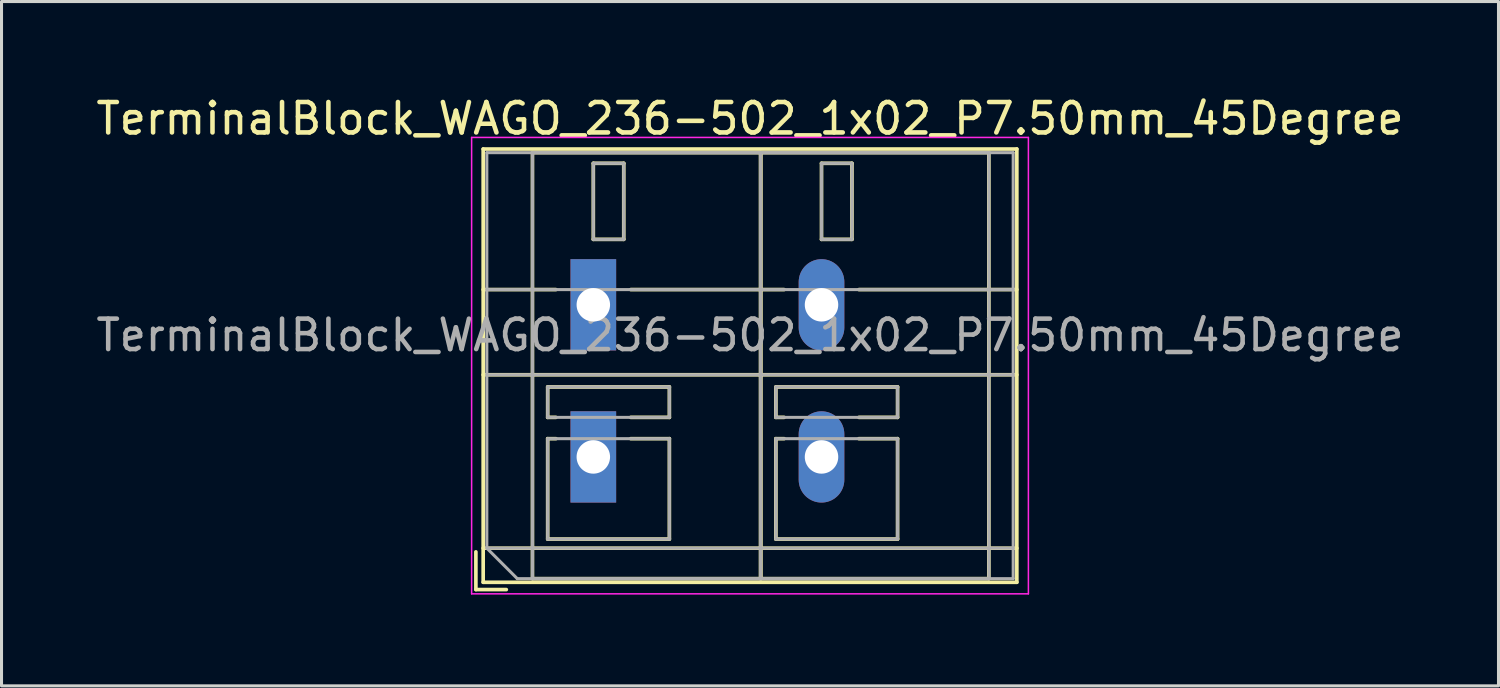
<source format=kicad_pcb>
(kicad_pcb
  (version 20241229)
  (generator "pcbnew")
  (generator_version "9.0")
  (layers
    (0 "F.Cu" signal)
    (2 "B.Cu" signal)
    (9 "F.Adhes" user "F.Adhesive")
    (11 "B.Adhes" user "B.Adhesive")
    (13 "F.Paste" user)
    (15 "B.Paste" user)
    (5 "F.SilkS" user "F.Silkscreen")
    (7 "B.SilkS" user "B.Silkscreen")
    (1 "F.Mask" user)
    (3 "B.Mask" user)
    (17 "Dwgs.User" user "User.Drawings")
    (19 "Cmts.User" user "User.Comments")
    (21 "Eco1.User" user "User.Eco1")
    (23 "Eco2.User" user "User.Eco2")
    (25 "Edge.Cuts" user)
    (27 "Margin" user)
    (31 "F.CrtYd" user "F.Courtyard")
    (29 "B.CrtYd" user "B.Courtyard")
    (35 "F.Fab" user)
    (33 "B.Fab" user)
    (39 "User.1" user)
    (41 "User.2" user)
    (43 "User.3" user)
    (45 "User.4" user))
  (footprint "TerminalBlock_WAGO_236-502_1x02_P7.50mm_45Degree"
    (layer "F.Cu")
    (at 16.451 6.968)
    (property "Reference" "TerminalBlock_WAGO_236-502_1x02_P7.50mm_45Degree" (at 5.15 -6.12 0) (layer "F.SilkS") (effects (font (size 1 1) (thickness 0.15))))
    (attr through_hole)
    (fp_line (start -3.86 8.12) (end -3.86 9.36) (stroke (width 0.12) (type solid)) (layer "F.SilkS"))
    (fp_line (start -3.86 9.36) (end -2.86 9.36) (stroke (width 0.12) (type solid)) (layer "F.SilkS"))
    (fp_line (start -3.62 -5.12) (end -3.62 9.12) (stroke (width 0.12) (type solid)) (layer "F.SilkS"))
    (fp_line (start -3.62 -5.12) (end 13.92 -5.12) (stroke (width 0.12) (type solid)) (layer "F.SilkS"))
    (fp_line (start -3.62 -0.5) (end -1.23 -0.5) (stroke (width 0.12) (type solid)) (layer "F.SilkS"))
    (fp_line (start -3.62 2.3) (end 13.92 2.3) (stroke (width 0.12) (type solid)) (layer "F.SilkS"))
    (fp_line (start -3.62 8) (end 13.92 8) (stroke (width 0.12) (type solid)) (layer "F.SilkS"))
    (fp_line (start -3.62 9.12) (end 13.92 9.12) (stroke (width 0.12) (type solid)) (layer "F.SilkS"))
    (fp_line (start -2 -5) (end -2 9) (stroke (width 0.12) (type solid)) (layer "F.SilkS"))
    (fp_line (start -2 -5) (end 5.5 -5) (stroke (width 0.12) (type solid)) (layer "F.SilkS"))
    (fp_line (start -2 9) (end 5.5 9) (stroke (width 0.12) (type solid)) (layer "F.SilkS"))
    (fp_line (start -1.5 2.7) (end -1.5 3.7) (stroke (width 0.12) (type solid)) (layer "F.SilkS"))
    (fp_line (start -1.5 2.7) (end 2.5 2.7) (stroke (width 0.12) (type solid)) (layer "F.SilkS"))
    (fp_line (start -1.5 3.7) (end -1.23 3.7) (stroke (width 0.12) (type solid)) (layer "F.SilkS"))
    (fp_line (start -1.5 4.4) (end -1.5 7.7) (stroke (width 0.12) (type solid)) (layer "F.SilkS"))
    (fp_line (start -1.5 4.4) (end -1.23 4.4) (stroke (width 0.12) (type solid)) (layer "F.SilkS"))
    (fp_line (start -1.5 7.7) (end 2.5 7.7) (stroke (width 0.12) (type solid)) (layer "F.SilkS"))
    (fp_line (start 0 -4.65) (end 0 -2.151) (stroke (width 0.12) (type solid)) (layer "F.SilkS"))
    (fp_line (start 0 -4.65) (end 1 -4.65) (stroke (width 0.12) (type solid)) (layer "F.SilkS"))
    (fp_line (start 0 -2.151) (end 1 -2.151) (stroke (width 0.12) (type solid)) (layer "F.SilkS"))
    (fp_line (start 1 -4.65) (end 1 -2.151) (stroke (width 0.12) (type solid)) (layer "F.SilkS"))
    (fp_line (start 1.23 -0.5) (end 6.27 -0.5) (stroke (width 0.12) (type solid)) (layer "F.SilkS"))
    (fp_line (start 1.23 3.7) (end 2.5 3.7) (stroke (width 0.12) (type solid)) (layer "F.SilkS"))
    (fp_line (start 1.23 4.4) (end 2.5 4.4) (stroke (width 0.12) (type solid)) (layer "F.SilkS"))
    (fp_line (start 2.5 2.7) (end 2.5 3.7) (stroke (width 0.12) (type solid)) (layer "F.SilkS"))
    (fp_line (start 2.5 4.4) (end 2.5 7.7) (stroke (width 0.12) (type solid)) (layer "F.SilkS"))
    (fp_line (start 5.5 -5) (end 5.5 9) (stroke (width 0.12) (type solid)) (layer "F.SilkS"))
    (fp_line (start 5.5 -5) (end 5.5 9) (stroke (width 0.12) (type solid)) (layer "F.SilkS"))
    (fp_line (start 5.5 -5) (end 13 -5) (stroke (width 0.12) (type solid)) (layer "F.SilkS"))
    (fp_line (start 5.5 9) (end 13 9) (stroke (width 0.12) (type solid)) (layer "F.SilkS"))
    (fp_line (start 6 2.7) (end 6 3.7) (stroke (width 0.12) (type solid)) (layer "F.SilkS"))
    (fp_line (start 6 2.7) (end 10 2.7) (stroke (width 0.12) (type solid)) (layer "F.SilkS"))
    (fp_line (start 6 3.7) (end 6.27 3.7) (stroke (width 0.12) (type solid)) (layer "F.SilkS"))
    (fp_line (start 6 4.4) (end 6 7.7) (stroke (width 0.12) (type solid)) (layer "F.SilkS"))
    (fp_line (start 6 4.4) (end 6.27 4.4) (stroke (width 0.12) (type solid)) (layer "F.SilkS"))
    (fp_line (start 6 7.7) (end 10 7.7) (stroke (width 0.12) (type solid)) (layer "F.SilkS"))
    (fp_line (start 7.5 -4.65) (end 7.5 -2.151) (stroke (width 0.12) (type solid)) (layer "F.SilkS"))
    (fp_line (start 7.5 -4.65) (end 8.5 -4.65) (stroke (width 0.12) (type solid)) (layer "F.SilkS"))
    (fp_line (start 7.5 -2.151) (end 8.5 -2.151) (stroke (width 0.12) (type solid)) (layer "F.SilkS"))
    (fp_line (start 8.5 -4.65) (end 8.5 -2.151) (stroke (width 0.12) (type solid)) (layer "F.SilkS"))
    (fp_line (start 8.73 -0.5) (end 13.92 -0.5) (stroke (width 0.12) (type solid)) (layer "F.SilkS"))
    (fp_line (start 8.73 3.7) (end 10 3.7) (stroke (width 0.12) (type solid)) (layer "F.SilkS"))
    (fp_line (start 8.73 4.4) (end 10 4.4) (stroke (width 0.12) (type solid)) (layer "F.SilkS"))
    (fp_line (start 10 2.7) (end 10 3.7) (stroke (width 0.12) (type solid)) (layer "F.SilkS"))
    (fp_line (start 10 4.4) (end 10 7.7) (stroke (width 0.12) (type solid)) (layer "F.SilkS"))
    (fp_line (start 13 -5) (end 13 9) (stroke (width 0.12) (type solid)) (layer "F.SilkS"))
    (fp_line (start 13.92 -5.12) (end 13.92 9.12) (stroke (width 0.12) (type solid)) (layer "F.SilkS"))
    (fp_line (start -4 -5.5) (end -4 9.5) (stroke (width 0.05) (type solid)) (layer "F.CrtYd"))
    (fp_line (start -4 9.5) (end 14.3 9.5) (stroke (width 0.05) (type solid)) (layer "F.CrtYd"))
    (fp_line (start 14.3 -5.5) (end -4 -5.5) (stroke (width 0.05) (type solid)) (layer "F.CrtYd"))
    (fp_line (start 14.3 9.5) (end 14.3 -5.5) (stroke (width 0.05) (type solid)) (layer "F.CrtYd"))
    (fp_line (start -3.5 -5) (end 13.8 -5) (stroke (width 0.1) (type solid)) (layer "F.Fab"))
    (fp_line (start -3.5 -0.5) (end 13.8 -0.5) (stroke (width 0.1) (type solid)) (layer "F.Fab"))
    (fp_line (start -3.5 2.3) (end 13.8 2.3) (stroke (width 0.1) (type solid)) (layer "F.Fab"))
    (fp_line (start -3.5 8) (end -3.5 -5) (stroke (width 0.1) (type solid)) (layer "F.Fab"))
    (fp_line (start -3.5 8) (end 13.8 8) (stroke (width 0.1) (type solid)) (layer "F.Fab"))
    (fp_line (start -2.5 9) (end -3.5 8) (stroke (width 0.1) (type solid)) (layer "F.Fab"))
    (fp_line (start -2 -5) (end -2 9) (stroke (width 0.1) (type solid)) (layer "F.Fab"))
    (fp_line (start -2 9) (end 5.5 9) (stroke (width 0.1) (type solid)) (layer "F.Fab"))
    (fp_line (start -1.5 2.7) (end -1.5 3.7) (stroke (width 0.1) (type solid)) (layer "F.Fab"))
    (fp_line (start -1.5 3.7) (end 2.5 3.7) (stroke (width 0.1) (type solid)) (layer "F.Fab"))
    (fp_line (start -1.5 4.4) (end -1.5 7.7) (stroke (width 0.1) (type solid)) (layer "F.Fab"))
    (fp_line (start -1.5 7.7) (end 2.5 7.7) (stroke (width 0.1) (type solid)) (layer "F.Fab"))
    (fp_line (start 0 -4.65) (end 0 -2.15) (stroke (width 0.1) (type solid)) (layer "F.Fab"))
    (fp_line (start 0 -2.15) (end 1 -2.15) (stroke (width 0.1) (type solid)) (layer "F.Fab"))
    (fp_line (start 1 -4.65) (end 0 -4.65) (stroke (width 0.1) (type solid)) (layer "F.Fab"))
    (fp_line (start 1 -2.15) (end 1 -4.65) (stroke (width 0.1) (type solid)) (layer "F.Fab"))
    (fp_line (start 2.5 2.7) (end -1.5 2.7) (stroke (width 0.1) (type solid)) (layer "F.Fab"))
    (fp_line (start 2.5 3.7) (end 2.5 2.7) (stroke (width 0.1) (type solid)) (layer "F.Fab"))
    (fp_line (start 2.5 4.4) (end -1.5 4.4) (stroke (width 0.1) (type solid)) (layer "F.Fab"))
    (fp_line (start 2.5 7.7) (end 2.5 4.4) (stroke (width 0.1) (type solid)) (layer "F.Fab"))
    (fp_line (start 5.5 -5) (end -2 -5) (stroke (width 0.1) (type solid)) (layer "F.Fab"))
    (fp_line (start 5.5 -5) (end 5.5 9) (stroke (width 0.1) (type solid)) (layer "F.Fab"))
    (fp_line (start 5.5 9) (end 5.5 -5) (stroke (width 0.1) (type solid)) (layer "F.Fab"))
    (fp_line (start 5.5 9) (end 13 9) (stroke (width 0.1) (type solid)) (layer "F.Fab"))
    (fp_line (start 6 2.7) (end 6 3.7) (stroke (width 0.1) (type solid)) (layer "F.Fab"))
    (fp_line (start 6 3.7) (end 10 3.7) (stroke (width 0.1) (type solid)) (layer "F.Fab"))
    (fp_line (start 6 4.4) (end 6 7.7) (stroke (width 0.1) (type solid)) (layer "F.Fab"))
    (fp_line (start 6 7.7) (end 10 7.7) (stroke (width 0.1) (type solid)) (layer "F.Fab"))
    (fp_line (start 7.5 -4.65) (end 7.5 -2.15) (stroke (width 0.1) (type solid)) (layer "F.Fab"))
    (fp_line (start 7.5 -2.15) (end 8.5 -2.15) (stroke (width 0.1) (type solid)) (layer "F.Fab"))
    (fp_line (start 8.5 -4.65) (end 7.5 -4.65) (stroke (width 0.1) (type solid)) (layer "F.Fab"))
    (fp_line (start 8.5 -2.15) (end 8.5 -4.65) (stroke (width 0.1) (type solid)) (layer "F.Fab"))
    (fp_line (start 10 2.7) (end 6 2.7) (stroke (width 0.1) (type solid)) (layer "F.Fab"))
    (fp_line (start 10 3.7) (end 10 2.7) (stroke (width 0.1) (type solid)) (layer "F.Fab"))
    (fp_line (start 10 4.4) (end 6 4.4) (stroke (width 0.1) (type solid)) (layer "F.Fab"))
    (fp_line (start 10 7.7) (end 10 4.4) (stroke (width 0.1) (type solid)) (layer "F.Fab"))
    (fp_line (start 13 -5) (end 5.5 -5) (stroke (width 0.1) (type solid)) (layer "F.Fab"))
    (fp_line (start 13 9) (end 13 -5) (stroke (width 0.1) (type solid)) (layer "F.Fab"))
    (fp_line (start 13.8 -5) (end 13.8 9) (stroke (width 0.1) (type solid)) (layer "F.Fab"))
    (fp_line (start 13.8 9) (end -2.5 9) (stroke (width 0.1) (type solid)) (layer "F.Fab"))
    (fp_text user "${REFERENCE}" (at 5.15 1 0) (layer "F.Fab") (effects (font (size 1 1) (thickness 0.15))))
    (pad "1" thru_hole rect (at 0 0) (size 1.5 3) (drill 1.1) (layers "*.Cu" "*.Mask"))
    (pad "1" thru_hole rect (at 0 5) (size 1.5 3) (drill 1.1) (layers "*.Cu" "*.Mask"))
    (pad "2" thru_hole oval (at 7.5 0) (size 1.5 3) (drill 1.1) (layers "*.Cu" "*.Mask"))
    (pad "2" thru_hole oval (at 7.5 5) (size 1.5 3) (drill 1.1) (layers "*.Cu" "*.Mask")))
  (gr_rect
    (start -3 -3)
    (end 46.202 19.493)
    (stroke (width 0.1) (type default))
    (fill no)
    (layer "Edge.Cuts")))
</source>
